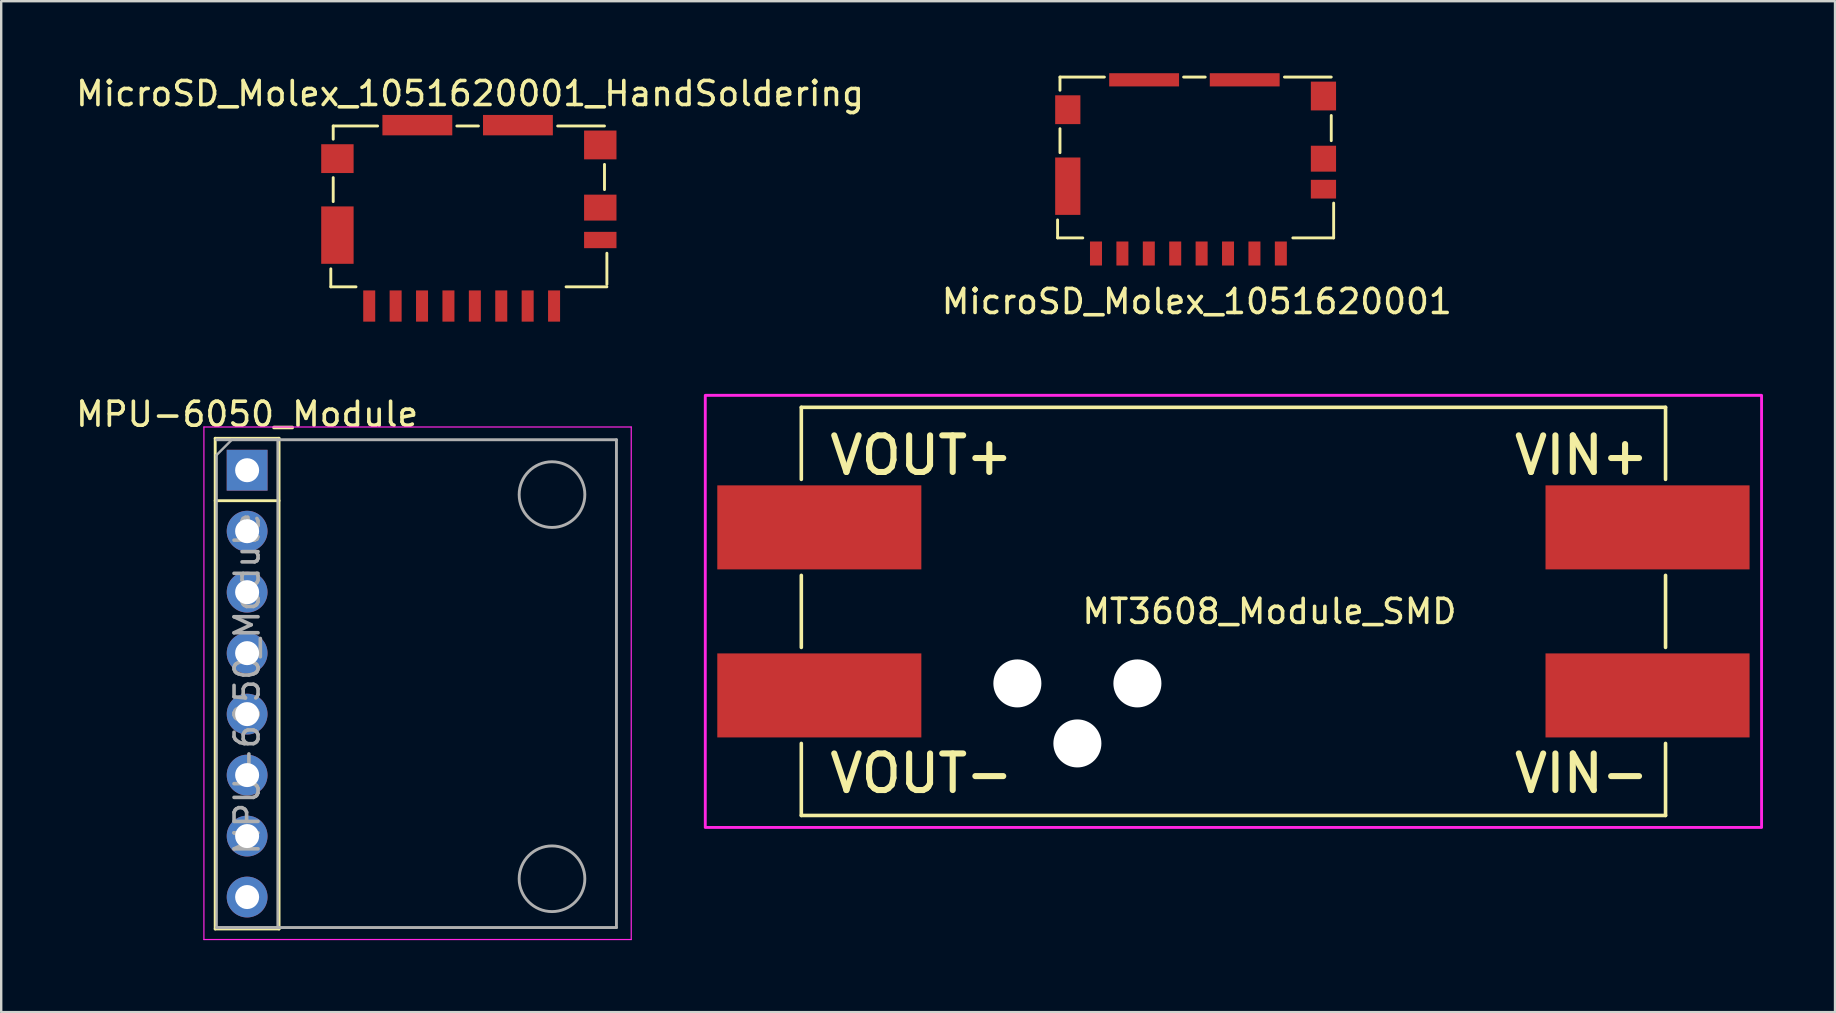
<source format=kicad_pcb>
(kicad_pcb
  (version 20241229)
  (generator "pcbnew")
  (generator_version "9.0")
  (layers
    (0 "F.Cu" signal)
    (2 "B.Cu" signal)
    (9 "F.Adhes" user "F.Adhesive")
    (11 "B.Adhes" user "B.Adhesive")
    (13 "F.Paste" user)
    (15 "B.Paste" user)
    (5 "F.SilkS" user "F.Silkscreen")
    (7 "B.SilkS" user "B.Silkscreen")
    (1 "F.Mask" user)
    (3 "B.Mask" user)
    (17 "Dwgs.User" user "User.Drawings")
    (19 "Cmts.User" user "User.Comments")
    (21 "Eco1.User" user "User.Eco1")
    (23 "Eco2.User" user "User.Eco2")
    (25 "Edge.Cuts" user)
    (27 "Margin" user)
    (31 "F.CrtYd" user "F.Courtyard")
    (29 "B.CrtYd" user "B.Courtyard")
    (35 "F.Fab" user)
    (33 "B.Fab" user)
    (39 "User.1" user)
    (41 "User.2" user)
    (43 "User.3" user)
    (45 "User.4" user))
  (footprint "MicroSD_Molex_1051620001_HandSoldering"
    (layer "F.Cu")
    (at 20.28 10.048)
    (property "Reference" "MicroSD_Molex_1051620001_HandSoldering" (at -3.75 -9.2 0) (layer "F.SilkS") (effects (font (size 1 1) (thickness 0.15))))
    (attr through_hole)
    (fp_line (start -9.55 -1.15) (end -9.55 -1.9) (stroke (width 0.12) (type default)) (layer "F.SilkS"))
    (fp_line (start -9.45 -7.85) (end -9.45 -7.3) (stroke (width 0.12) (type default)) (layer "F.SilkS"))
    (fp_line (start -9.45 -5.7) (end -9.45 -4.7) (stroke (width 0.12) (type default)) (layer "F.SilkS"))
    (fp_line (start -8.5 -1.15) (end -9.55 -1.15) (stroke (width 0.12) (type default)) (layer "F.SilkS"))
    (fp_line (start -7.6 -7.85) (end -9.45 -7.85) (stroke (width 0.12) (type default)) (layer "F.SilkS"))
    (fp_line (start -4.3 -7.85) (end -3.4 -7.85) (stroke (width 0.12) (type default)) (layer "F.SilkS"))
    (fp_line (start -0.1 -7.85) (end 1.85 -7.85) (stroke (width 0.12) (type default)) (layer "F.SilkS"))
    (fp_line (start 1.85 -6.25) (end 1.85 -5.2) (stroke (width 0.12) (type default)) (layer "F.SilkS"))
    (fp_line (start 1.95 -2.55) (end 1.95 -1.25) (stroke (width 0.12) (type default)) (layer "F.SilkS"))
    (fp_line (start 1.95 -1.15) (end 0.25 -1.15) (stroke (width 0.12) (type default)) (layer "F.SilkS"))
    (pad "1" smd rect (at -0.25 -0.35) (size 0.5 1.3) (layers "F.Cu" "F.Mask"))
    (pad "2" smd rect (at -1.35 -0.35) (size 0.5 1.3) (layers "F.Cu" "F.Mask"))
    (pad "3" smd rect (at -2.45 -0.35) (size 0.5 1.3) (layers "F.Cu" "F.Mask"))
    (pad "4" smd rect (at -3.55 -0.35) (size 0.5 1.3) (layers "F.Cu" "F.Mask"))
    (pad "5" smd rect (at -4.65 -0.35) (size 0.5 1.3) (layers "F.Cu" "F.Mask"))
    (pad "6" smd rect (at -5.75 -0.35) (size 0.5 1.3) (layers "F.Cu" "F.Mask"))
    (pad "7" smd rect (at -6.85 -0.35) (size 0.5 1.3) (layers "F.Cu" "F.Mask"))
    (pad "8" smd rect (at -7.95 -0.35) (size 0.5 1.3) (layers "F.Cu" "F.Mask"))
    (pad "9" smd rect (at 1.675 -3.1) (size 1.35 0.68) (layers "F.Cu" "F.Mask"))
    (pad "10" smd rect (at -9.8 -5.89) (size 1.35 1.2) (drill (offset 0.525 -0.6)) (layers "F.Cu" "F.Mask"))
    (pad "10" smd rect (at -9.8 -2.11) (size 1.35 2.39) (drill (offset 0.525 -1.194)) (layers "F.Cu" "F.Mask"))
    (pad "10" smd rect (at 1.15 -6.46) (size 1.35 1.2) (drill (offset 0.525 -0.6)) (layers "F.Cu" "F.Mask"))
    (pad "10" smd rect (at 1.15 -3.91) (size 1.35 1.08) (drill (offset 0.525 -0.54)) (layers "F.Cu" "F.Mask"))
    (pad "11" smd rect (at -7.395 -7.61) (size 2.91 0.85) (drill (offset 1.45 -0.275)) (layers "F.Cu" "F.Mask"))
    (pad "11" smd rect (at -3.205 -7.61) (size 2.91 0.85) (drill (offset 1.45 -0.275)) (layers "F.Cu" "F.Mask")))
  (footprint "MPU-6050_Module"
    (layer "F.Cu")
    (at 7.244 16.537)
    (property "Reference" "MPU-6050_Module" (at 0 -2.33 0) (layer "F.SilkS") (effects (font (size 1 1) (thickness 0.15))))
    (attr through_hole)
    (fp_line (start -1.33 -1.33) (end -1.33 19.11) (stroke (width 0.12) (type solid)) (layer "F.SilkS"))
    (fp_line (start -1.33 -1.33) (end 1.33 -1.33) (stroke (width 0.12) (type solid)) (layer "F.SilkS"))
    (fp_line (start -1.33 1.27) (end 1.33 1.27) (stroke (width 0.12) (type solid)) (layer "F.SilkS"))
    (fp_line (start -1.33 19.11) (end 1.33 19.11) (stroke (width 0.12) (type solid)) (layer "F.SilkS"))
    (fp_line (start 1.33 -1.33) (end 1.33 19.11) (stroke (width 0.12) (type solid)) (layer "F.SilkS"))
    (fp_line (start -1.8 -1.8) (end -1.8 19.55) (stroke (width 0.05) (type solid)) (layer "F.CrtYd"))
    (fp_line (start -1.8 19.55) (end 16 19.55) (stroke (width 0.05) (type solid)) (layer "F.CrtYd"))
    (fp_line (start 16 -1.8) (end -1.8 -1.8) (stroke (width 0.05) (type solid)) (layer "F.CrtYd"))
    (fp_line (start 16 19.55) (end 16 -1.8) (stroke (width 0.05) (type solid)) (layer "F.CrtYd"))
    (fp_line (start -1.27 -1.27) (end 15.384 -1.27) (stroke (width 0.12) (type default)) (layer "F.Fab"))
    (fp_line (start -1.27 -0.635) (end -0.635 -1.27) (stroke (width 0.1) (type solid)) (layer "F.Fab"))
    (fp_line (start -1.27 19.05) (end -1.27 -0.635) (stroke (width 0.1) (type solid)) (layer "F.Fab"))
    (fp_line (start -1.27 19.05) (end 15.384 19.05) (stroke (width 0.12) (type default)) (layer "F.Fab"))
    (fp_line (start -0.635 -1.27) (end 1.27 -1.27) (stroke (width 0.1) (type solid)) (layer "F.Fab"))
    (fp_line (start 1.27 -1.27) (end 1.27 19.05) (stroke (width 0.1) (type solid)) (layer "F.Fab"))
    (fp_line (start 1.27 19.05) (end -1.27 19.05) (stroke (width 0.1) (type solid)) (layer "F.Fab"))
    (fp_line (start 15.384 19.05) (end 15.384 -1.27) (stroke (width 0.12) (type solid)) (layer "F.Fab"))
    (fp_circle (center 12.7 1.016) (end 14.068 1.016) (stroke (width 0.12) (type default)) (fill no) (layer "F.Fab"))
    (fp_circle (center 12.7 17.018) (end 14.068 17.018) (stroke (width 0.12) (type default)) (fill no) (layer "F.Fab"))
    (fp_text user "${REFERENCE}" (at 0 8.89 90) (layer "F.Fab") (effects (font (size 1 1) (thickness 0.15))))
    (pad "1" thru_hole rect (at 0 0) (size 1.7 1.7) (drill 1) (layers "*.Cu" "*.Mask"))
    (pad "2" thru_hole oval (at 0 2.54) (size 1.7 1.7) (drill 1) (layers "*.Cu" "*.Mask"))
    (pad "3" thru_hole oval (at 0 5.08) (size 1.7 1.7) (drill 1) (layers "*.Cu" "*.Mask"))
    (pad "4" thru_hole oval (at 0 7.62) (size 1.7 1.7) (drill 1) (layers "*.Cu" "*.Mask"))
    (pad "5" thru_hole oval (at 0 10.16) (size 1.7 1.7) (drill 1) (layers "*.Cu" "*.Mask"))
    (pad "6" thru_hole oval (at 0 12.7) (size 1.7 1.7) (drill 1) (layers "*.Cu" "*.Mask"))
    (pad "7" thru_hole oval (at 0 15.24) (size 1.7 1.7) (drill 1) (layers "*.Cu" "*.Mask"))
    (pad "8" thru_hole oval (at 0 17.78) (size 1.7 1.7) (drill 1) (layers "*.Cu" "*.Mask")))
  (footprint "MT3608_Module_SMD"
    (layer "F.Cu")
    (at 49.829 22.418)
    (property "Reference" "MT3608_Module_SMD" (at 0 0 180) (layer "F.SilkS") (effects (font (size 1 1) (thickness 0.15))))
    (attr through_hole)
    (fp_line (start -19.5 -8.5) (end -19.5 -5.5) (stroke (width 0.15) (type solid)) (layer "F.SilkS"))
    (fp_line (start -19.5 1.5) (end -19.5 -1.5) (stroke (width 0.15) (type solid)) (layer "F.SilkS"))
    (fp_line (start -19.5 5.5) (end -19.5 8.5) (stroke (width 0.15) (type solid)) (layer "F.SilkS"))
    (fp_line (start -19.5 8.5) (end 16.5 8.5) (stroke (width 0.15) (type solid)) (layer "F.SilkS"))
    (fp_line (start 16.5 -8.5) (end -19.5 -8.5) (stroke (width 0.15) (type solid)) (layer "F.SilkS"))
    (fp_line (start 16.5 -8.5) (end 16.5 -5.5) (stroke (width 0.15) (type solid)) (layer "F.SilkS"))
    (fp_line (start 16.5 1.5) (end 16.5 -1.5) (stroke (width 0.15) (type solid)) (layer "F.SilkS"))
    (fp_line (start 16.5 5.5) (end 16.5 8.5) (stroke (width 0.15) (type solid)) (layer "F.SilkS"))
    (fp_rect (start -23.5 -9) (end 20.5 9) (stroke (width 0.12) (type default)) (fill no) (layer "F.CrtYd"))
    (fp_text user "VOUT-" (at -14.5 6.75 0) (layer "F.SilkS") (effects (font (size 1.524 1.524) (thickness 0.254) (bold yes))))
    (fp_text user "VIN+" (at 13 -6.5 0) (layer "F.SilkS") (effects (font (size 1.524 1.524) (thickness 0.254) (bold yes))))
    (fp_text user "VOUT+" (at -14.5 -6.5 0) (layer "F.SilkS") (effects (font (size 1.524 1.524) (thickness 0.254) (bold yes))))
    (fp_text user "VIN-" (at 13 6.75 0) (layer "F.SilkS") (effects (font (size 1.524 1.524) (thickness 0.254) (bold yes))))
    (pad "" np_thru_hole circle (at -10.5 3) (size 2 2) (drill 2) (layers "*.Cu" "*.Mask"))
    (pad "" np_thru_hole circle (at -8 5.5) (size 2 2) (drill 2) (layers "*.Cu" "*.Mask"))
    (pad "" np_thru_hole circle (at -5.5 3) (size 2 2) (drill 2) (layers "*.Cu" "*.Mask"))
    (pad "1" smd rect (at 15.75 -3.5 180) (size 8.5 3.5) (layers "F.Cu" "F.Mask"))
    (pad "2" smd rect (at 15.75 3.5 180) (size 8.5 3.5) (layers "F.Cu" "F.Mask"))
    (pad "3" smd rect (at -18.75 3.5 180) (size 8.5 3.5) (layers "F.Cu" "F.Mask"))
    (pad "4" smd rect (at -18.75 -3.5 180) (size 8.5 3.5) (layers "F.Cu" "F.Mask")))
  (footprint "MicroSD_Molex_1051620001"
    (layer "F.Cu")
    (at 50.554 8.01)
    (property "Reference" "MicroSD_Molex_1051620001" (at -3.75 1.5 0) (layer "F.SilkS") (effects (font (size 1 1) (thickness 0.15))))
    (attr through_hole)
    (fp_line (start -9.55 -1.15) (end -9.55 -1.9) (stroke (width 0.12) (type default)) (layer "F.SilkS"))
    (fp_line (start -9.45 -7.85) (end -9.45 -7.3) (stroke (width 0.12) (type default)) (layer "F.SilkS"))
    (fp_line (start -9.45 -5.7) (end -9.45 -4.7) (stroke (width 0.12) (type default)) (layer "F.SilkS"))
    (fp_line (start -8.5 -1.15) (end -9.55 -1.15) (stroke (width 0.12) (type default)) (layer "F.SilkS"))
    (fp_line (start -7.6 -7.85) (end -9.45 -7.85) (stroke (width 0.12) (type default)) (layer "F.SilkS"))
    (fp_line (start -4.3 -7.85) (end -3.4 -7.85) (stroke (width 0.12) (type default)) (layer "F.SilkS"))
    (fp_line (start -0.1 -7.85) (end 1.85 -7.85) (stroke (width 0.12) (type default)) (layer "F.SilkS"))
    (fp_line (start 1.85 -6.25) (end 1.85 -5.2) (stroke (width 0.12) (type default)) (layer "F.SilkS"))
    (fp_line (start 1.95 -2.6) (end 1.95 -1.15) (stroke (width 0.12) (type default)) (layer "F.SilkS"))
    (fp_line (start 1.95 -1.15) (end 0.25 -1.15) (stroke (width 0.12) (type default)) (layer "F.SilkS"))
    (pad "1" smd rect (at -0.25 -0.5) (size 0.5 1) (layers "F.Cu" "F.Mask" "F.Paste"))
    (pad "2" smd rect (at -1.35 -0.5) (size 0.5 1) (layers "F.Cu" "F.Mask" "F.Paste"))
    (pad "3" smd rect (at -2.45 -0.5) (size 0.5 1) (layers "F.Cu" "F.Mask" "F.Paste"))
    (pad "4" smd rect (at -3.55 -0.5) (size 0.5 1) (layers "F.Cu" "F.Mask" "F.Paste"))
    (pad "5" smd rect (at -4.65 -0.5) (size 0.5 1) (layers "F.Cu" "F.Mask" "F.Paste"))
    (pad "6" smd rect (at -5.75 -0.5) (size 0.5 1) (layers "F.Cu" "F.Mask" "F.Paste"))
    (pad "7" smd rect (at -6.85 -0.5) (size 0.5 1) (layers "F.Cu" "F.Mask" "F.Paste"))
    (pad "8" smd rect (at -7.95 -0.5) (size 0.5 1) (layers "F.Cu" "F.Mask" "F.Paste"))
    (pad "9" smd rect (at 1.525 -3.18) (size 1.05 0.78) (layers "F.Cu" "F.Mask" "F.Paste"))
    (pad "10" smd rect (at -9.65 -5.89) (size 1.05 1.2) (drill (offset 0.525 -0.6)) (layers "F.Cu" "F.Mask" "F.Paste"))
    (pad "10" smd rect (at -9.65 -2.11) (size 1.05 2.39) (drill (offset 0.525 -1.194)) (layers "F.Cu" "F.Mask" "F.Paste"))
    (pad "10" smd rect (at 1 -6.46) (size 1.05 1.2) (drill (offset 0.525 -0.6)) (layers "F.Cu" "F.Mask" "F.Paste"))
    (pad "10" smd rect (at 1 -3.91) (size 1.05 1.08) (drill (offset 0.525 -0.54)) (layers "F.Cu" "F.Mask" "F.Paste"))
    (pad "11" smd rect (at -7.395 -7.46) (size 2.91 0.55) (drill (offset 1.45 -0.275)) (layers "F.Cu" "F.Mask" "F.Paste"))
    (pad "11" smd rect (at -3.205 -7.46) (size 2.91 0.55) (drill (offset 1.45 -0.275)) (layers "F.Cu" "F.Mask" "F.Paste")))
  (gr_rect
    (start -3 -3)
    (end 73.389 39.111)
    (stroke (width 0.1) (type default))
    (fill no)
    (layer "Edge.Cuts")))
</source>
